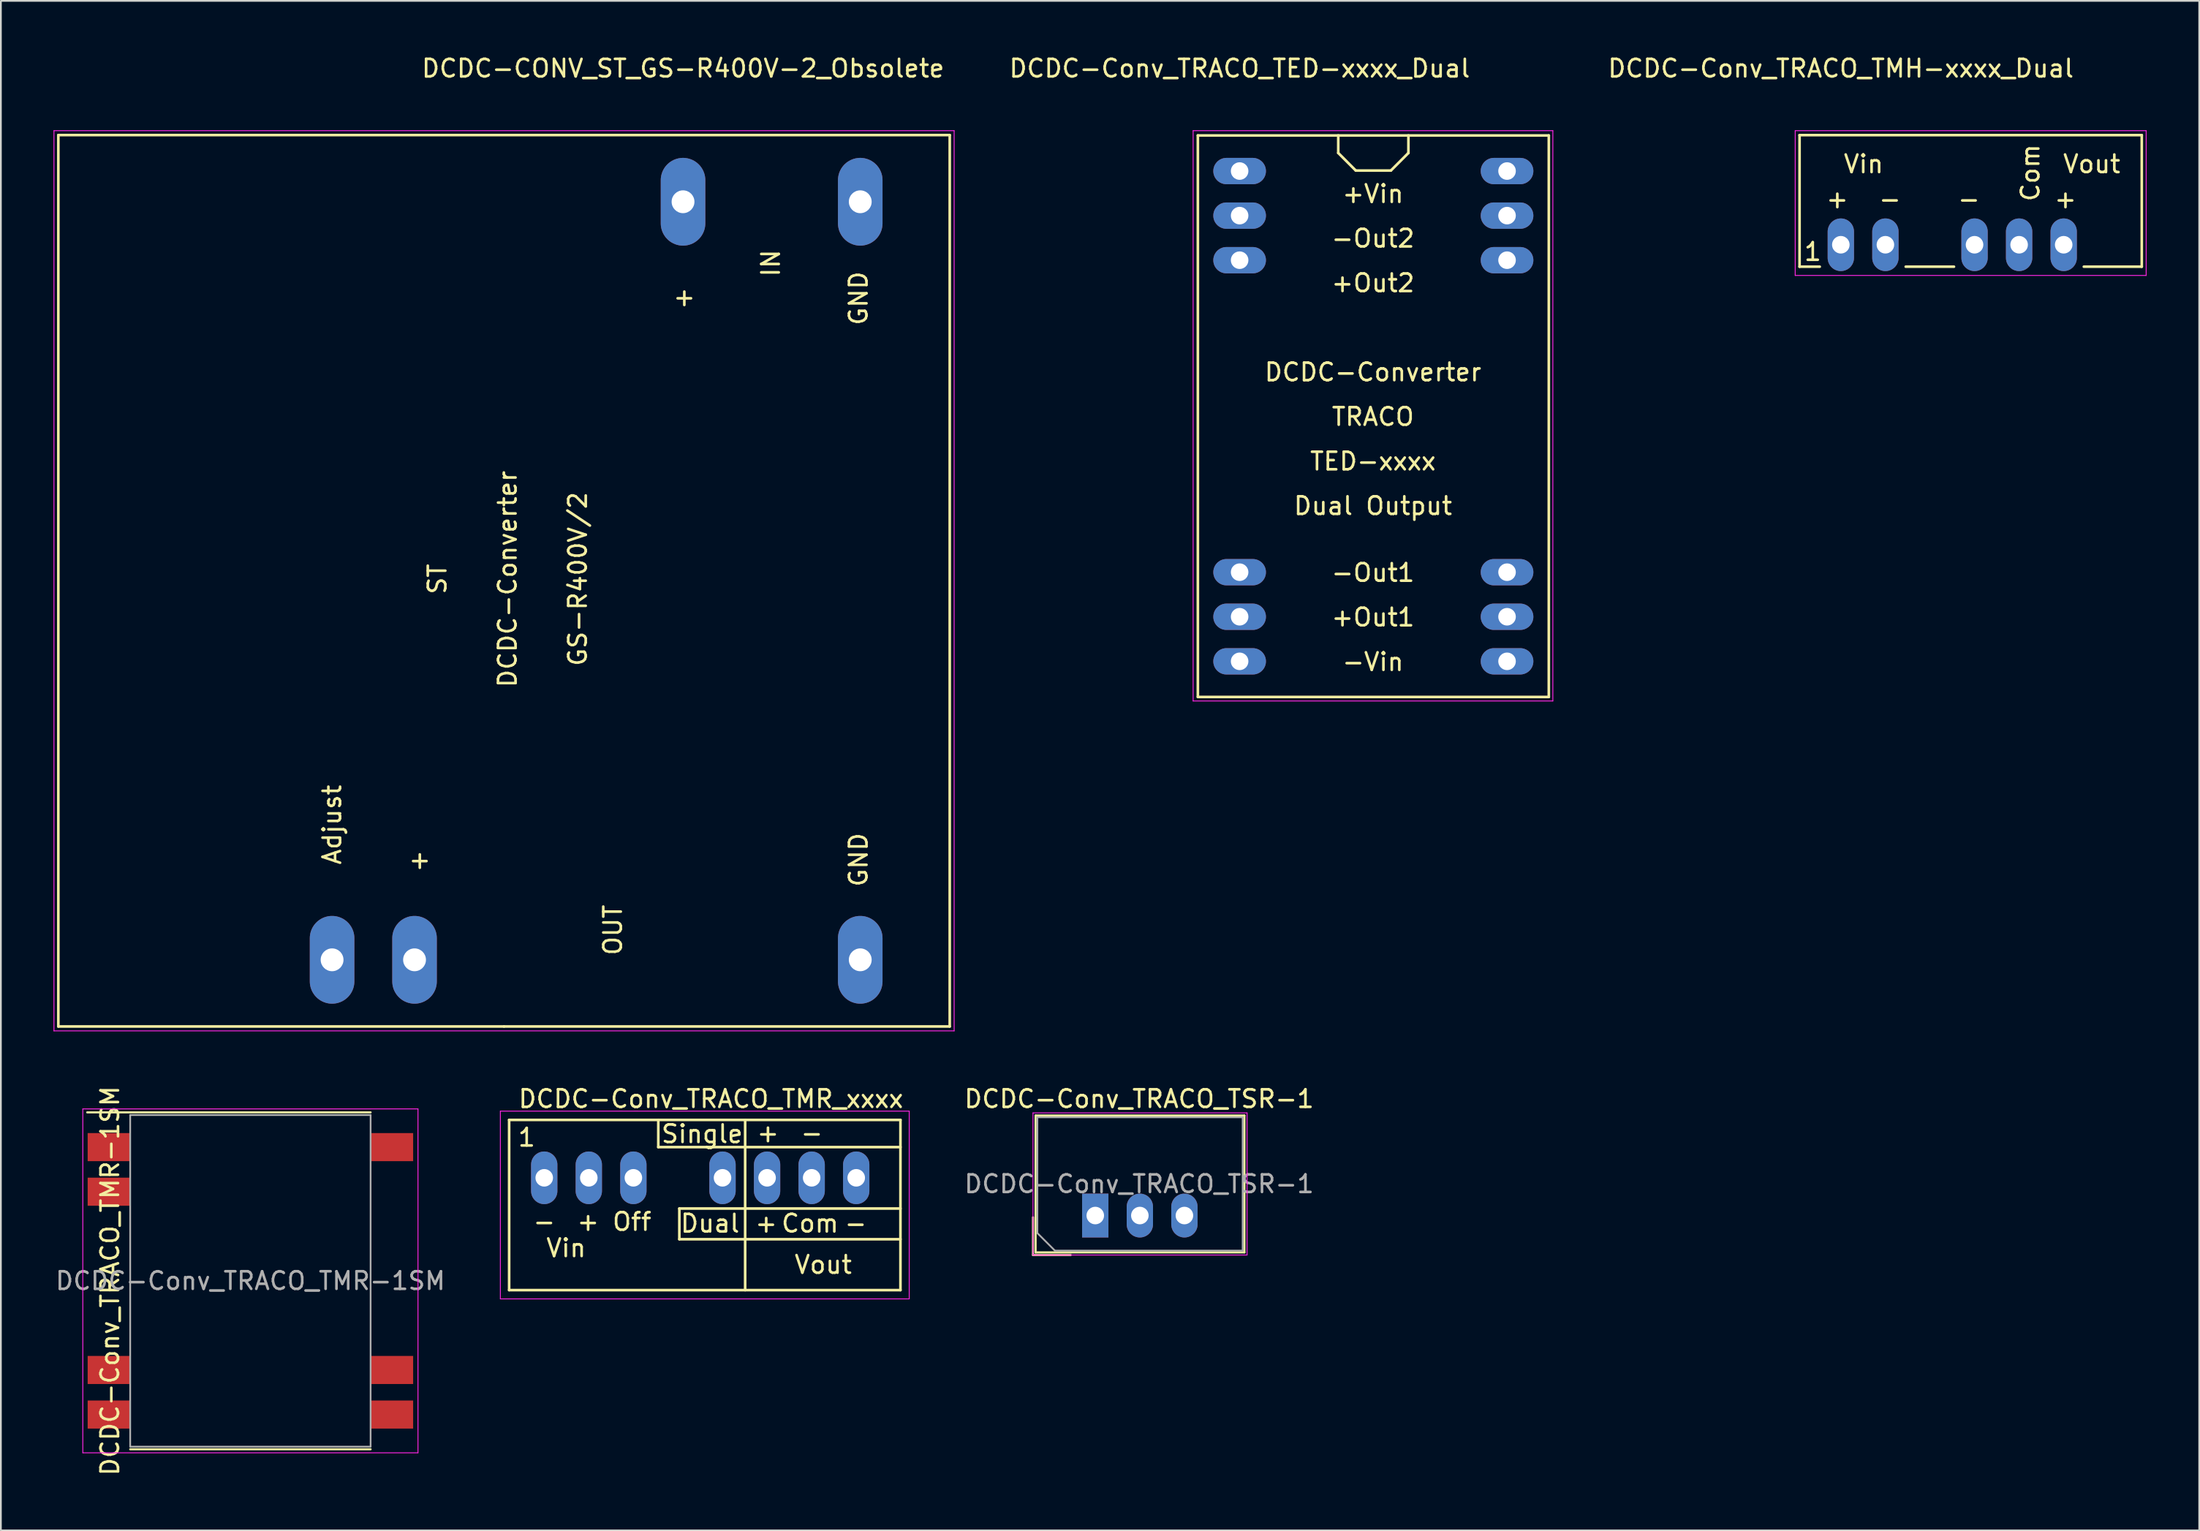
<source format=kicad_pcb>
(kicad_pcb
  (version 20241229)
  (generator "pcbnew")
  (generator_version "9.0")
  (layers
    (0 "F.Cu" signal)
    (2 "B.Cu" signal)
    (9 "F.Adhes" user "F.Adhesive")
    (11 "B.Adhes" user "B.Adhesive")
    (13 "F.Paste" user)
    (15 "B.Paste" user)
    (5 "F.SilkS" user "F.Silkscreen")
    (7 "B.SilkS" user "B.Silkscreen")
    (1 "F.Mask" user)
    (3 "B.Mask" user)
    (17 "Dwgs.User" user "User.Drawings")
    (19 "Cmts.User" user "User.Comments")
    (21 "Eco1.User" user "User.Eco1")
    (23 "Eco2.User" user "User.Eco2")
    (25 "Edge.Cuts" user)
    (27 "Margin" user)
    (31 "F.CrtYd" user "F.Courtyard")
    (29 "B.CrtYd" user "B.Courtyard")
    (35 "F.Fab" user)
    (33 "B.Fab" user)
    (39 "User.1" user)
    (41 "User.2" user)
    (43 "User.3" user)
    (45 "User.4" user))
  (footprint "DCDC-Conv_TRACO_TED-xxxx_Dual"
    (layer "F.Cu")
    (at 67.594 6.698)
    (property "Reference" "DCDC-Conv_TRACO_TED-xxxx_Dual" (at 0 -5.85 0) (layer "F.SilkS") (effects (font (size 1 1) (thickness 0.15))))
    (attr through_hole)
    (fp_line (start -2.38 -2.029) (end -2.38 29.97) (stroke (width 0.15) (type solid)) (layer "F.SilkS"))
    (fp_line (start -2.38 29.97) (end 17.62 29.97) (stroke (width 0.15) (type solid)) (layer "F.SilkS"))
    (fp_line (start 5.621 -2.029) (end 5.621 -1.031) (stroke (width 0.15) (type solid)) (layer "F.SilkS"))
    (fp_line (start 5.621 -1.031) (end 6.619 -0.03) (stroke (width 0.15) (type solid)) (layer "F.SilkS"))
    (fp_line (start 6.619 -0.03) (end 8.621 -0.03) (stroke (width 0.15) (type solid)) (layer "F.SilkS"))
    (fp_line (start 8.621 -0.03) (end 9.619 -1.031) (stroke (width 0.15) (type solid)) (layer "F.SilkS"))
    (fp_line (start 9.619 -1.031) (end 9.619 -2.029) (stroke (width 0.15) (type solid)) (layer "F.SilkS"))
    (fp_line (start 17.62 -2.029) (end -2.38 -2.029) (stroke (width 0.15) (type solid)) (layer "F.SilkS"))
    (fp_line (start 17.62 29.97) (end 17.62 -2.029) (stroke (width 0.15) (type solid)) (layer "F.SilkS"))
    (fp_line (start -2.65 -2.3) (end -2.65 30.2) (stroke (width 0.05) (type solid)) (layer "F.CrtYd"))
    (fp_line (start -2.65 -2.3) (end 17.85 -2.3) (stroke (width 0.05) (type solid)) (layer "F.CrtYd"))
    (fp_line (start -2.65 30.2) (end 17.85 30.2) (stroke (width 0.05) (type solid)) (layer "F.CrtYd"))
    (fp_line (start 17.85 -2.3) (end 17.85 30.2) (stroke (width 0.05) (type solid)) (layer "F.CrtYd"))
    (fp_text user "-Out1" (at 7.6 22.89 0) (layer "F.SilkS") (effects (font (size 1 1) (thickness 0.15))))
    (fp_text user "Dual Output" (at 7.6 19.08 0) (layer "F.SilkS") (effects (font (size 1 1) (thickness 0.15))))
    (fp_text user "+Out2" (at 7.6 6.38 0) (layer "F.SilkS") (effects (font (size 1 1) (thickness 0.15))))
    (fp_text user "TRACO" (at 7.6 14 0) (layer "F.SilkS") (effects (font (size 1 1) (thickness 0.15))))
    (fp_text user "+Out1" (at 7.6 25.43 0) (layer "F.SilkS") (effects (font (size 1 1) (thickness 0.15))))
    (fp_text user "-Vin" (at 7.6 27.97 0) (layer "F.SilkS") (effects (font (size 1 1) (thickness 0.15))))
    (fp_text user "-Out2" (at 7.6 3.84 0) (layer "F.SilkS") (effects (font (size 1 1) (thickness 0.15))))
    (fp_text user "DCDC-Converter" (at 7.6 11.46 0) (layer "F.SilkS") (effects (font (size 1 1) (thickness 0.15))))
    (fp_text user "+Vin" (at 7.6 1.3 0) (layer "F.SilkS") (effects (font (size 1 1) (thickness 0.15))))
    (fp_text user "TED-xxxx" (at 7.6 16.54 0) (layer "F.SilkS") (effects (font (size 1 1) (thickness 0.15))))
    (pad "1" thru_hole oval (at 0 0) (size 3 1.501) (drill 1.001) (layers "*.Cu" "*.Mask"))
    (pad "2" thru_hole oval (at 0 2.54) (size 3 1.501) (drill 1.001) (layers "*.Cu" "*.Mask"))
    (pad "3" thru_hole oval (at 0 5.08) (size 3 1.501) (drill 1.001) (layers "*.Cu" "*.Mask"))
    (pad "10" thru_hole oval (at 0 22.86) (size 3 1.501) (drill 1.001) (layers "*.Cu" "*.Mask"))
    (pad "11" thru_hole oval (at 0 25.4) (size 3 1.501) (drill 1.001) (layers "*.Cu" "*.Mask"))
    (pad "12" thru_hole oval (at 0 27.94) (size 3 1.501) (drill 1.001) (layers "*.Cu" "*.Mask"))
    (pad "13" thru_hole oval (at 15.24 27.94) (size 3 1.501) (drill 1.001) (layers "*.Cu" "*.Mask"))
    (pad "14" thru_hole oval (at 15.24 25.4) (size 3 1.501) (drill 1.001) (layers "*.Cu" "*.Mask"))
    (pad "15" thru_hole oval (at 15.24 22.86) (size 3 1.501) (drill 1.001) (layers "*.Cu" "*.Mask"))
    (pad "22" thru_hole oval (at 15.24 5.08) (size 3 1.501) (drill 1.001) (layers "*.Cu" "*.Mask"))
    (pad "23" thru_hole oval (at 15.24 2.54) (size 3 1.501) (drill 1.001) (layers "*.Cu" "*.Mask"))
    (pad "24" thru_hole oval (at 15.24 0) (size 3 1.501) (drill 1.001) (layers "*.Cu" "*.Mask")))
  (footprint "DCDC-CONV_ST_GS-R400V-2_Obsolete"
    (layer "F.Cu")
    (at 35.875 8.448)
    (property "Reference" "DCDC-CONV_ST_GS-R400V-2_Obsolete" (at 0 -7.6 0) (layer "F.SilkS") (effects (font (size 1 1) (thickness 0.15))))
    (attr through_hole)
    (fp_line (start -35.601 -3.8) (end -35.601 47) (stroke (width 0.15) (type solid)) (layer "F.SilkS"))
    (fp_line (start -35.601 47) (end -10.201 47) (stroke (width 0.15) (type solid)) (layer "F.SilkS"))
    (fp_line (start -10.201 47) (end 15.199 47) (stroke (width 0.15) (type solid)) (layer "F.SilkS"))
    (fp_line (start 15.199 -3.8) (end -35.601 -3.8) (stroke (width 0.15) (type solid)) (layer "F.SilkS"))
    (fp_line (start 15.199 47) (end 15.199 -3.8) (stroke (width 0.15) (type solid)) (layer "F.SilkS"))
    (fp_line (start -35.85 -4.05) (end -35.85 47.25) (stroke (width 0.05) (type solid)) (layer "F.CrtYd"))
    (fp_line (start -35.85 -4.05) (end 15.45 -4.05) (stroke (width 0.05) (type solid)) (layer "F.CrtYd"))
    (fp_line (start -35.85 47.25) (end 15.45 47.25) (stroke (width 0.05) (type solid)) (layer "F.CrtYd"))
    (fp_line (start 15.45 -4.05) (end 15.45 47.25) (stroke (width 0.05) (type solid)) (layer "F.CrtYd"))
    (fp_text user "IN" (at 5.001 3.499 90) (layer "F.SilkS") (effects (font (size 1 1) (thickness 0.15))))
    (fp_text user "+" (at -15.001 37.499 0) (layer "F.SilkS") (effects (font (size 1 1) (thickness 0.15))))
    (fp_text user "Adjust" (at -20 35.5 90) (layer "F.SilkS") (effects (font (size 1 1) (thickness 0.15))))
    (fp_text user "ST" (at -14.001 21.5 90) (layer "F.SilkS") (effects (font (size 1 1) (thickness 0.15))))
    (fp_text user "GS-R400V/2" (at -6 21.5 90) (layer "F.SilkS") (effects (font (size 1 1) (thickness 0.15))))
    (fp_text user "OUT" (at -4.001 41.5 90) (layer "F.SilkS") (effects (font (size 1 1) (thickness 0.15))))
    (fp_text user "+" (at -0.00002 5.501 90) (layer "F.SilkS") (effects (font (size 1 1) (thickness 0.15))))
    (fp_text user "DCDC-Converter" (at -10 21.5 90) (layer "F.SilkS") (effects (font (size 1 1) (thickness 0.15))))
    (fp_text user "GND" (at 10 5.501 90) (layer "F.SilkS") (effects (font (size 1 1) (thickness 0.15))))
    (fp_text user "GND" (at 10 37.499 90) (layer "F.SilkS") (effects (font (size 1 1) (thickness 0.15))))
    (pad "1" thru_hole oval (at 0 0) (size 2.54 5.001) (drill 1.3) (layers "*.Cu" "*.Mask"))
    (pad "2" thru_hole oval (at 10.099 0) (size 2.54 5.001) (drill 1.3) (layers "*.Cu" "*.Mask"))
    (pad "3" thru_hole oval (at 10.099 43.2) (size 2.54 5.001) (drill 1.3) (layers "*.Cu" "*.Mask"))
    (pad "4" thru_hole oval (at -15.301 43.2) (size 2.54 5.001) (drill 1.3) (layers "*.Cu" "*.Mask"))
    (pad "5" thru_hole oval (at -20 43.2) (size 2.54 5.001) (drill 1.3) (layers "*.Cu" "*.Mask")))
  (footprint "DCDC-Conv_TRACO_TMR_xxxx"
    (layer "F.Cu")
    (at 27.965 64.072)
    (property "Reference" "DCDC-Conv_TRACO_TMR_xxxx" (at 9.5 -4.5 0) (layer "F.SilkS") (effects (font (size 1 1) (thickness 0.15))))
    (attr through_hole)
    (fp_line (start -2 -3.3) (end -2 6.4) (stroke (width 0.15) (type solid)) (layer "F.SilkS"))
    (fp_line (start 6.5 -3.3) (end 6.5 -1.75) (stroke (width 0.15) (type solid)) (layer "F.SilkS"))
    (fp_line (start 6.5 -1.75) (end 20.3 -1.75) (stroke (width 0.15) (type solid)) (layer "F.SilkS"))
    (fp_line (start 7.7 1.75) (end 7.7 3.5) (stroke (width 0.15) (type solid)) (layer "F.SilkS"))
    (fp_line (start 7.7 1.75) (end 20.3 1.75) (stroke (width 0.15) (type solid)) (layer "F.SilkS"))
    (fp_line (start 7.7 3.5) (end 20.3 3.5) (stroke (width 0.15) (type solid)) (layer "F.SilkS"))
    (fp_line (start 11.45 -3.3) (end 11.45 6.4) (stroke (width 0.15) (type solid)) (layer "F.SilkS"))
    (fp_line (start 20.3 -3.3) (end -2 -3.3) (stroke (width 0.15) (type solid)) (layer "F.SilkS"))
    (fp_line (start 20.3 -3.3) (end 20.3 6.4) (stroke (width 0.15) (type solid)) (layer "F.SilkS"))
    (fp_line (start 20.3 6.4) (end -2 6.4) (stroke (width 0.15) (type solid)) (layer "F.SilkS"))
    (fp_line (start -2.5 -3.8) (end -2.5 6.9) (stroke (width 0.05) (type solid)) (layer "F.CrtYd"))
    (fp_line (start -2.5 -3.8) (end 20.8 -3.8) (stroke (width 0.05) (type solid)) (layer "F.CrtYd"))
    (fp_line (start -2.5 6.9) (end 20.8 6.9) (stroke (width 0.05) (type solid)) (layer "F.CrtYd"))
    (fp_line (start 20.8 -3.8) (end 20.8 6.9) (stroke (width 0.05) (type solid)) (layer "F.CrtYd"))
    (fp_text user "Com" (at 15.15 2.6 0) (layer "F.SilkS") (effects (font (size 1 1) (thickness 0.15))))
    (fp_text user "Dual" (at 9.45 2.6 0) (layer "F.SilkS") (effects (font (size 1 1) (thickness 0.15))))
    (fp_text user "Off" (at 5 2.5 0) (layer "F.SilkS") (effects (font (size 1 1) (thickness 0.15))))
    (fp_text user "1" (at -1 -2.3 0) (layer "F.SilkS") (effects (font (size 1 1) (thickness 0.15))))
    (fp_text user "+" (at 12.65 2.6 0) (layer "F.SilkS") (effects (font (size 1 1) (thickness 0.15))))
    (fp_text user "-" (at 17.75 2.6 0) (layer "F.SilkS") (effects (font (size 1 1) (thickness 0.15))))
    (fp_text user "+" (at 2.5 2.5 0) (layer "F.SilkS") (effects (font (size 1 1) (thickness 0.15))))
    (fp_text user "Vin" (at 1.25 4 0) (layer "F.SilkS") (effects (font (size 1 1) (thickness 0.15))))
    (fp_text user "Vout" (at 15.9 4.95 0) (layer "F.SilkS") (effects (font (size 1 1) (thickness 0.15))))
    (fp_text user "Single" (at 9 -2.5 0) (layer "F.SilkS") (effects (font (size 1 1) (thickness 0.15))))
    (fp_text user "-" (at 0 2.5 0) (layer "F.SilkS") (effects (font (size 1 1) (thickness 0.15))))
    (fp_text user "-" (at 15.25 -2.55 0) (layer "F.SilkS") (effects (font (size 1 1) (thickness 0.15))))
    (fp_text user "+" (at 12.75 -2.55 0) (layer "F.SilkS") (effects (font (size 1 1) (thickness 0.15))))
    (pad "1" thru_hole oval (at 0 0) (size 1.5 3) (drill 1) (layers "*.Cu" "*.Mask"))
    (pad "2" thru_hole oval (at 2.54 0) (size 1.5 3) (drill 1) (layers "*.Cu" "*.Mask"))
    (pad "3" thru_hole oval (at 5.08 0) (size 1.5 3) (drill 1) (layers "*.Cu" "*.Mask"))
    (pad "5" thru_hole oval (at 10.16 0) (size 1.5 3) (drill 1) (layers "*.Cu" "*.Mask"))
    (pad "6" thru_hole oval (at 12.7 0) (size 1.5 3) (drill 1) (layers "*.Cu" "*.Mask"))
    (pad "7" thru_hole oval (at 15.24 0) (size 1.5 3) (drill 1) (layers "*.Cu" "*.Mask"))
    (pad "8" thru_hole oval (at 17.78 0) (size 1.5 3) (drill 1) (layers "*.Cu" "*.Mask")))
  (footprint "DCDC-Conv_TRACO_TMR-1SM"
    (layer "F.Cu")
    (at 11.22 69.943)
    (property "Reference" "DCDC-Conv_TRACO_TMR-1SM" (at -8 0 90) (layer "F.SilkS") (effects (font (size 1 1) (thickness 0.15))))
    (attr smd)
    (fp_line (start -9.3 -9.6) (end 6.85 -9.6) (stroke (width 0.12) (type solid)) (layer "F.SilkS"))
    (fp_line (start -6.85 9.6) (end 6.85 9.6) (stroke (width 0.12) (type solid)) (layer "F.SilkS"))
    (fp_line (start -9.55 -9.8) (end -9.55 9.8) (stroke (width 0.05) (type solid)) (layer "F.CrtYd"))
    (fp_line (start -9.55 -9.8) (end 9.55 -9.8) (stroke (width 0.05) (type solid)) (layer "F.CrtYd"))
    (fp_line (start -9.55 9.8) (end 9.55 9.8) (stroke (width 0.05) (type solid)) (layer "F.CrtYd"))
    (fp_line (start 9.55 -9.8) (end 9.55 9.8) (stroke (width 0.05) (type solid)) (layer "F.CrtYd"))
    (fp_line (start -6.85 -9.45) (end -6.85 9.45) (stroke (width 0.1) (type solid)) (layer "F.Fab"))
    (fp_line (start 6.85 -9.45) (end -6.85 -9.45) (stroke (width 0.1) (type solid)) (layer "F.Fab"))
    (fp_line (start 6.85 -9.45) (end 6.85 9.45) (stroke (width 0.1) (type solid)) (layer "F.Fab"))
    (fp_line (start 6.85 9.45) (end -6.85 9.45) (stroke (width 0.1) (type solid)) (layer "F.Fab"))
    (fp_text user "${REFERENCE}" (at 0 0 0) (layer "F.Fab") (effects (font (size 1 1) (thickness 0.15))))
    (pad "1" smd rect (at -8.075 -7.62) (size 2.4 1.6) (layers "F.Cu" "F.Mask" "F.Paste"))
    (pad "2" smd rect (at -8.075 -5.08) (size 2.4 1.6) (layers "F.Cu" "F.Mask" "F.Paste"))
    (pad "6" smd rect (at -8.075 5.08) (size 2.4 1.6) (layers "F.Cu" "F.Mask" "F.Paste"))
    (pad "7" smd rect (at -8.075 7.62) (size 2.4 1.6) (layers "F.Cu" "F.Mask" "F.Paste"))
    (pad "8" smd rect (at 8.075 7.62) (size 2.4 1.6) (layers "F.Cu" "F.Mask" "F.Paste"))
    (pad "9" smd rect (at 8.075 5.08) (size 2.4 1.6) (layers "F.Cu" "F.Mask" "F.Paste"))
    (pad "14" smd rect (at 8.075 -7.62) (size 2.4 1.6) (layers "F.Cu" "F.Mask" "F.Paste")))
  (footprint "DCDC-Conv_TRACO_TMH-xxxx_Dual"
    (layer "F.Cu")
    (at 101.856 10.898)
    (property "Reference" "DCDC-Conv_TRACO_TMH-xxxx_Dual" (at 0 -10.05 0) (layer "F.SilkS") (effects (font (size 1 1) (thickness 0.15))))
    (attr through_hole)
    (fp_line (start -2.352 -6.248) (end -2.352 1.25) (stroke (width 0.15) (type solid)) (layer "F.SilkS"))
    (fp_line (start -1.201 1.25) (end -2.352 1.25) (stroke (width 0.15) (type solid)) (layer "F.SilkS"))
    (fp_line (start 6.449 1.25) (end 3.698 1.25) (stroke (width 0.15) (type solid)) (layer "F.SilkS"))
    (fp_line (start 17.15 -6.248) (end -2.352 -6.248) (stroke (width 0.15) (type solid)) (layer "F.SilkS"))
    (fp_line (start 17.15 1.25) (end 13.848 1.25) (stroke (width 0.15) (type solid)) (layer "F.SilkS"))
    (fp_line (start 17.15 1.25) (end 17.15 -6.248) (stroke (width 0.15) (type solid)) (layer "F.SilkS"))
    (fp_line (start -2.6 -6.5) (end -2.6 1.75) (stroke (width 0.05) (type solid)) (layer "F.CrtYd"))
    (fp_line (start -2.6 -6.5) (end 17.4 -6.5) (stroke (width 0.05) (type solid)) (layer "F.CrtYd"))
    (fp_line (start -2.6 1.75) (end 17.4 1.75) (stroke (width 0.05) (type solid)) (layer "F.CrtYd"))
    (fp_line (start 17.4 -6.5) (end 17.4 1.75) (stroke (width 0.05) (type solid)) (layer "F.CrtYd"))
    (fp_text user "-" (at 2.799 -2.6 0) (layer "F.SilkS") (effects (font (size 1 1) (thickness 0.15))))
    (fp_text user "Vin" (at 1.3 -4.599 0) (layer "F.SilkS") (effects (font (size 1 1) (thickness 0.15))))
    (fp_text user "Vout" (at 14.3 -4.599 0) (layer "F.SilkS") (effects (font (size 1 1) (thickness 0.15))))
    (fp_text user "+" (at 12.801 -2.6 0) (layer "F.SilkS") (effects (font (size 1 1) (thickness 0.15))))
    (fp_text user "Com" (at 10.8 -4.101 90) (layer "F.SilkS") (effects (font (size 1 1) (thickness 0.15))))
    (fp_text user "1" (at -1.6 0.4 0) (layer "F.SilkS") (effects (font (size 1 1) (thickness 0.15))))
    (fp_text user "-" (at 7.3 -2.6 0) (layer "F.SilkS") (effects (font (size 1 1) (thickness 0.15))))
    (fp_text user "+" (at -0.201 -2.6 0) (layer "F.SilkS") (effects (font (size 1 1) (thickness 0.15))))
    (pad "1" thru_hole oval (at 0 0) (size 1.501 3) (drill 1.001) (layers "*.Cu" "*.Mask"))
    (pad "2" thru_hole oval (at 2.54 0) (size 1.501 3) (drill 1.001) (layers "*.Cu" "*.Mask"))
    (pad "4" thru_hole oval (at 7.62 0) (size 1.501 3) (drill 1.001) (layers "*.Cu" "*.Mask"))
    (pad "5" thru_hole oval (at 10.16 0) (size 1.501 3) (drill 1.001) (layers "*.Cu" "*.Mask"))
    (pad "6" thru_hole oval (at 12.7 0) (size 1.501 3) (drill 1.001) (layers "*.Cu" "*.Mask")))
  (footprint "DCDC-Conv_TRACO_TSR-1"
    (layer "F.Cu")
    (at 59.368 66.222)
    (property "Reference" "DCDC-Conv_TRACO_TSR-1" (at 2.5 -6.65 0) (layer "F.SilkS") (effects (font (size 1 1) (thickness 0.15))))
    (attr through_hole)
    (fp_line (start -3.55 0.1) (end -3.55 2.25) (stroke (width 0.12) (type solid)) (layer "F.SilkS"))
    (fp_line (start -3.55 2.25) (end -1.4 2.25) (stroke (width 0.12) (type solid)) (layer "F.SilkS"))
    (fp_line (start -3.4 -5.7) (end 8.5 -5.7) (stroke (width 0.12) (type solid)) (layer "F.SilkS"))
    (fp_line (start -3.4 2.1) (end -3.4 -5.7) (stroke (width 0.12) (type solid)) (layer "F.SilkS"))
    (fp_line (start 8.5 -5.7) (end 8.5 2.1) (stroke (width 0.12) (type solid)) (layer "F.SilkS"))
    (fp_line (start 8.5 2.1) (end -3.4 2.1) (stroke (width 0.12) (type solid)) (layer "F.SilkS"))
    (fp_line (start -3.55 -5.85) (end 8.65 -5.85) (stroke (width 0.05) (type solid)) (layer "F.CrtYd"))
    (fp_line (start -3.55 2.25) (end -3.55 -5.85) (stroke (width 0.05) (type solid)) (layer "F.CrtYd"))
    (fp_line (start 8.65 -5.85) (end 8.65 2.25) (stroke (width 0.05) (type solid)) (layer "F.CrtYd"))
    (fp_line (start 8.65 2.25) (end -3.55 2.25) (stroke (width 0.05) (type solid)) (layer "F.CrtYd"))
    (fp_line (start -3.3 -5.6) (end 8.4 -5.6) (stroke (width 0.1) (type solid)) (layer "F.Fab"))
    (fp_line (start -3.3 1) (end -3.3 -5.6) (stroke (width 0.1) (type solid)) (layer "F.Fab"))
    (fp_line (start -3.3 1) (end -2.3 2) (stroke (width 0.1) (type solid)) (layer "F.Fab"))
    (fp_line (start -2.3 2) (end 8.4 2) (stroke (width 0.1) (type solid)) (layer "F.Fab"))
    (fp_line (start 8.4 2) (end 8.4 -5.6) (stroke (width 0.1) (type solid)) (layer "F.Fab"))
    (fp_text user "${REFERENCE}" (at 2.5 -1.8 0) (layer "F.Fab") (effects (font (size 1 1) (thickness 0.15))))
    (pad "1" thru_hole rect (at 0 0) (size 1.5 2.5) (drill 1) (layers "*.Cu" "*.Mask"))
    (pad "2" thru_hole oval (at 2.54 0) (size 1.5 2.5) (drill 1) (layers "*.Cu" "*.Mask"))
    (pad "3" thru_hole oval (at 5.08 0) (size 1.5 2.5) (drill 1) (layers "*.Cu" "*.Mask")))
  (gr_rect
    (start -3 -3)
    (end 122.281 84.164)
    (stroke (width 0.1) (type default))
    (fill no)
    (layer "Edge.Cuts")))
</source>
